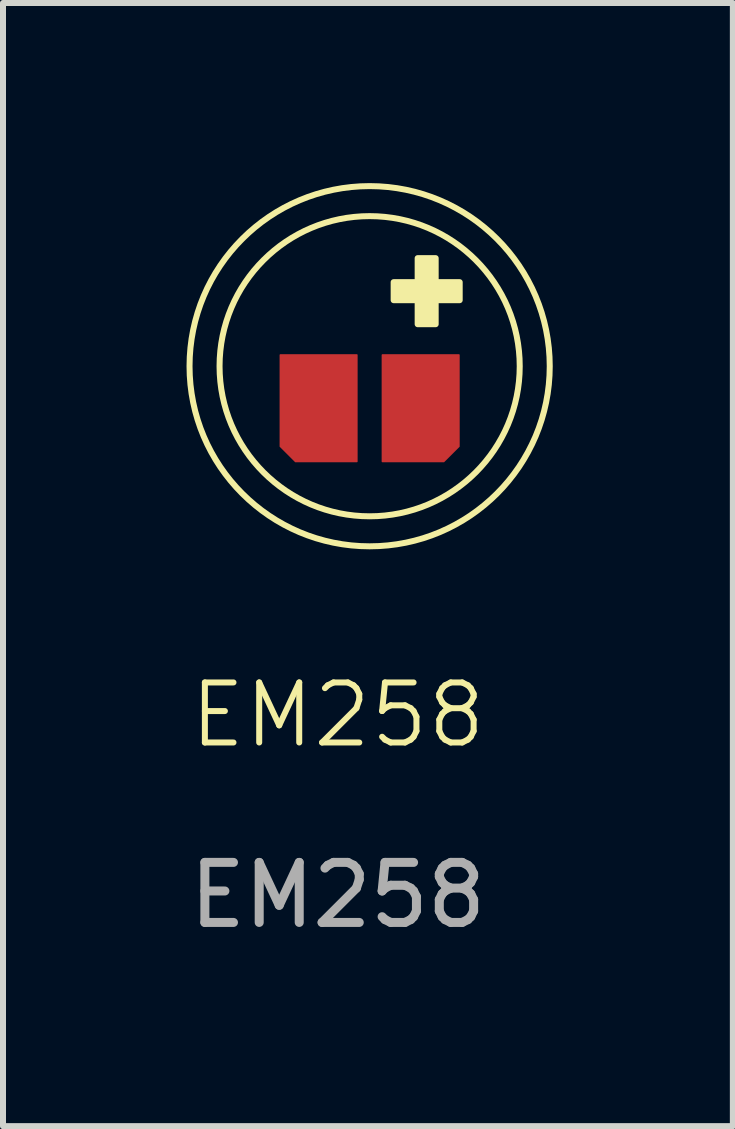
<source format=kicad_pcb>
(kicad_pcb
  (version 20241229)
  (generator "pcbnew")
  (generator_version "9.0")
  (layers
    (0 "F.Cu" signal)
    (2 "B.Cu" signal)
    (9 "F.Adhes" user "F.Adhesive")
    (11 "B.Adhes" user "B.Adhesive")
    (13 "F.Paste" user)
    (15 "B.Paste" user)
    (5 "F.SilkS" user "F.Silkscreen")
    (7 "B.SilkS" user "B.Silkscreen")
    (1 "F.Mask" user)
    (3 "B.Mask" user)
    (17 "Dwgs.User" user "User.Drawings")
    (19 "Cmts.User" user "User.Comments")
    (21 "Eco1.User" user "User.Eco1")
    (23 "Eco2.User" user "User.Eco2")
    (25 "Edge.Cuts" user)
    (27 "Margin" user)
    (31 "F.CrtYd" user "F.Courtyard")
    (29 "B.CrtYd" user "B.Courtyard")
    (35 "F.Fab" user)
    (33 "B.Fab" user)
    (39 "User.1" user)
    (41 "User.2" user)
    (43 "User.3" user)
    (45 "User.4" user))
  (footprint "EM258"
    (layer "F.Cu")
    (at 3.107 3.05)
    (property "Reference" "EM258" (at -0.53 5.81 0) (unlocked yes) (layer "F.SilkS") (effects (font (size 1 1) (thickness 0.1))))
    (attr smd)
    (fp_circle (center 0 0) (end 0 -3) (stroke (width 0.1) (type default)) (fill no) (layer "F.SilkS"))
    (fp_circle (center 0 0) (end 0 -2.5) (stroke (width 0.1) (type default)) (fill no) (layer "F.SilkS"))
    (fp_poly (pts (xy 0.8 -1.8) (xy 1.1 -1.8) (xy 1.1 -1.4) (xy 1.5 -1.4) (xy 1.5 -1.1) (xy 1.1 -1.1) (xy 1.1 -0.7) (xy 0.8 -0.7) (xy 0.8 -1.1) (xy 0.4 -1.1) (xy 0.4 -1.4) (xy 0.8 -1.4)) (stroke (width 0.1) (type solid)) (fill yes) (layer "F.SilkS"))
    (fp_text user "${REFERENCE}" (at -0.53 8.81 0) (unlocked yes) (layer "F.Fab") (effects (font (size 1 1) (thickness 0.15))))
    (pad "1" smd roundrect (at -0.85 0.7) (size 1.3 1.8) (layers "F.Cu" "F.Mask" "F.Paste") (roundrect_rratio 0.01) (chamfer_ratio 0.2) (chamfer bottom_left))
    (pad "2" smd roundrect (at 0.85 0.7) (size 1.3 1.8) (layers "F.Cu" "F.Mask" "F.Paste") (roundrect_rratio 0.01) (chamfer_ratio 0.2) (chamfer bottom_right)))
  (gr_rect
    (start -3 -3)
    (end 9.157 15.708)
    (stroke (width 0.1) (type default))
    (fill no)
    (layer "Edge.Cuts")))
</source>
